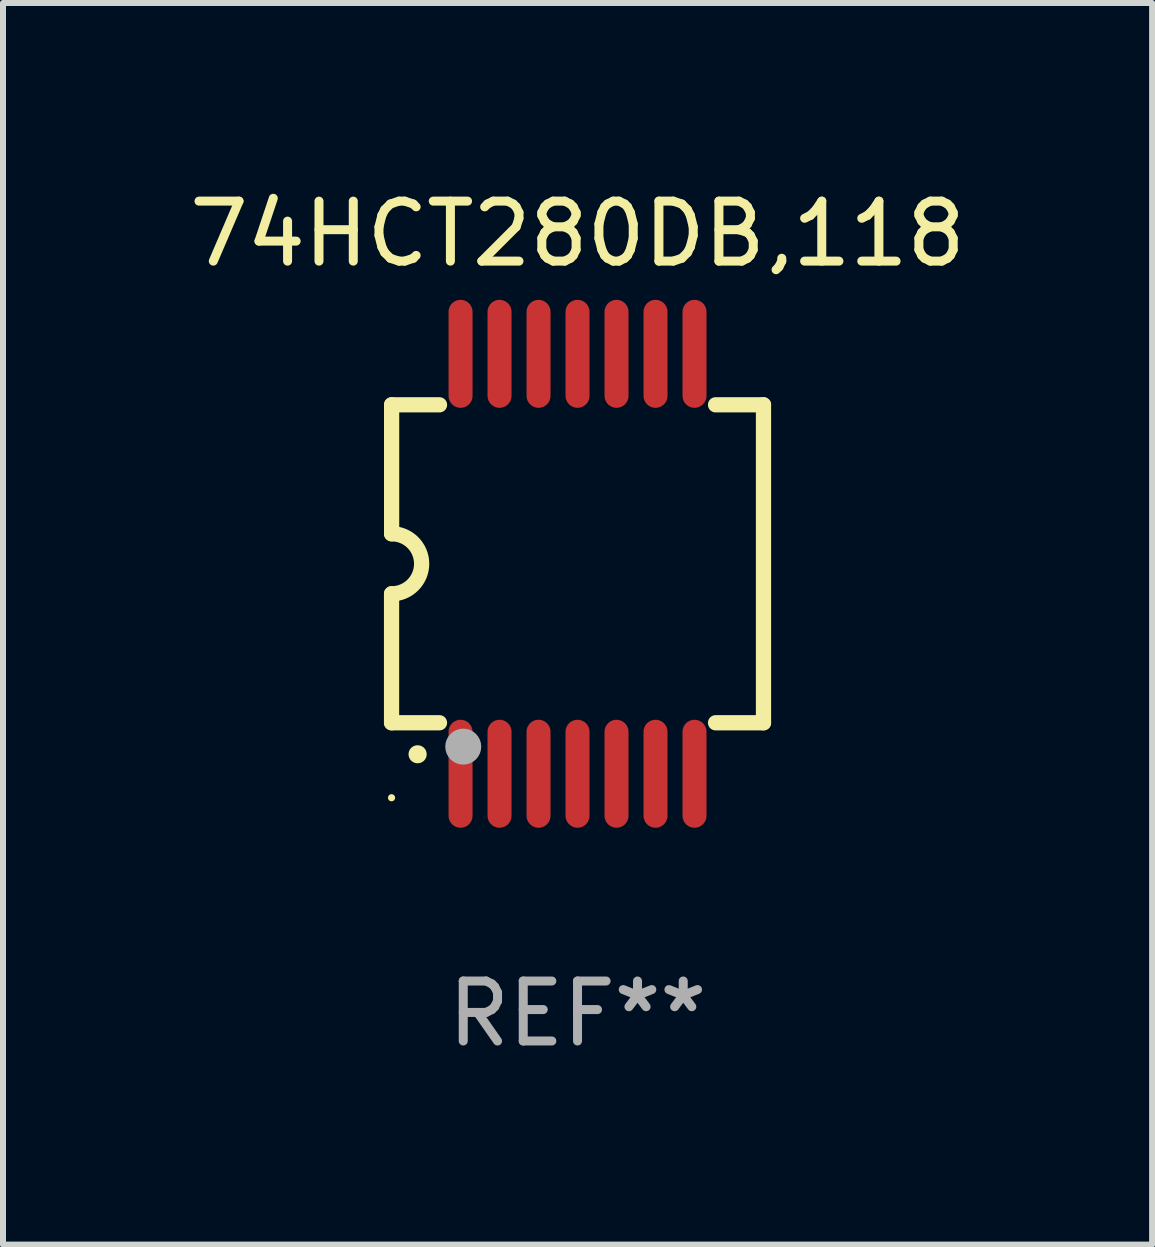
<source format=kicad_pcb>
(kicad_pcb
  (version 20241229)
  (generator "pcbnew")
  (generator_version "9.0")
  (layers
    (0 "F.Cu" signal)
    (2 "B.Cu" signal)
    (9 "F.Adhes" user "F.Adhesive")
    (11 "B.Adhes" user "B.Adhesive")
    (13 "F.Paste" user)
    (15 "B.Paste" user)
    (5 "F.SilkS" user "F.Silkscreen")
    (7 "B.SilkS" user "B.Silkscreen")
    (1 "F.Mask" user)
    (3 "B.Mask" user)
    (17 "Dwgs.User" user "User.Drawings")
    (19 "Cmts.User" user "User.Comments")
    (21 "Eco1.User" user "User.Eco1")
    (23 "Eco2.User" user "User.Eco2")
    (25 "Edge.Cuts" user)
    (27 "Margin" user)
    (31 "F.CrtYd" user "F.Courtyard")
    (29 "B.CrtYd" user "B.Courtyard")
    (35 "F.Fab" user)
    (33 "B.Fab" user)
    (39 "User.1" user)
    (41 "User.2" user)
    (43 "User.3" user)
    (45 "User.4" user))
  (footprint "74HCT280DB,118"
    (layer "F.Cu")
    (at 6.577 6.348)
    (property "Reference" "74HCT280DB,118" (at 0 -5.5 0) (layer "F.SilkS") (effects (font (size 1 1) (thickness 0.15))))
    (attr through_hole)
    (fp_line (start -3.1 2.65) (end -3.1 0.5) (stroke (width 0.254) (type solid)) (layer "F.SilkS"))
    (fp_line (start -3.099 -2.65) (end -2.301 -2.65) (stroke (width 0.254) (type solid)) (layer "F.SilkS"))
    (fp_line (start -3.099 -0.5) (end -3.099 -2.65) (stroke (width 0.254) (type solid)) (layer "F.SilkS"))
    (fp_line (start -2.301 2.65) (end -3.1 2.65) (stroke (width 0.254) (type solid)) (layer "F.SilkS"))
    (fp_line (start 2.301 -2.65) (end 3.1 -2.65) (stroke (width 0.254) (type solid)) (layer "F.SilkS"))
    (fp_line (start 3.1 -2.65) (end 3.1 2.65) (stroke (width 0.254) (type solid)) (layer "F.SilkS"))
    (fp_line (start 3.1 2.65) (end 2.301 2.65) (stroke (width 0.254) (type solid)) (layer "F.SilkS"))
    (fp_arc (start -3.098806 -0.500381) (mid -2.598806 0) (end -3.098806 0.500381) (stroke (width 0.254001) (type solid)) (layer "F.SilkS"))
    (fp_arc (start -2.667005 3.175006) (mid -2.665735 3.175001) (end -2.664465 3.175006) (stroke (width 0.3) (type solid)) (layer "F.SilkS"))
    (fp_circle (center -3.1 3.9) (end -3.07 3.9) (stroke (width 0.06) (type solid)) (fill no) (layer "F.SilkS"))
    (fp_circle (center -1.905 3.048) (end -1.755 3.048) (stroke (width 0.3) (type solid)) (fill no) (layer "F.Fab"))
    (fp_text user "REF**" (at 0 7.5 0) (layer "F.Fab") (effects (font (size 1 1) (thickness 0.15))))
    (pad "1" smd oval (at -1.95 3.5 270) (size 1.8 0.4) (layers "F.Cu" "F.Mask" "F.Paste"))
    (pad "2" smd oval (at -1.3 3.5 270) (size 1.8 0.4) (layers "F.Cu" "F.Mask" "F.Paste"))
    (pad "3" smd oval (at -0.65 3.5 270) (size 1.8 0.4) (layers "F.Cu" "F.Mask" "F.Paste"))
    (pad "4" smd oval (at 0 3.5 270) (size 1.8 0.4) (layers "F.Cu" "F.Mask" "F.Paste"))
    (pad "5" smd oval (at 0.65 3.5 270) (size 1.8 0.4) (layers "F.Cu" "F.Mask" "F.Paste"))
    (pad "6" smd oval (at 1.3 3.5 270) (size 1.8 0.4) (layers "F.Cu" "F.Mask" "F.Paste"))
    (pad "7" smd oval (at 1.95 3.5 270) (size 1.8 0.4) (layers "F.Cu" "F.Mask" "F.Paste"))
    (pad "8" smd oval (at 1.95 -3.5 90) (size 1.8 0.4) (layers "F.Cu" "F.Mask" "F.Paste"))
    (pad "9" smd oval (at 1.3 -3.5 90) (size 1.8 0.4) (layers "F.Cu" "F.Mask" "F.Paste"))
    (pad "10" smd oval (at 0.65 -3.5 90) (size 1.8 0.4) (layers "F.Cu" "F.Mask" "F.Paste"))
    (pad "11" smd oval (at 0 -3.5 90) (size 1.8 0.4) (layers "F.Cu" "F.Mask" "F.Paste"))
    (pad "12" smd oval (at -0.65 -3.5 90) (size 1.8 0.4) (layers "F.Cu" "F.Mask" "F.Paste"))
    (pad "13" smd oval (at -1.3 -3.5 90) (size 1.8 0.4) (layers "F.Cu" "F.Mask" "F.Paste"))
    (pad "14" smd oval (at -1.95 -3.5 90) (size 1.8 0.4) (layers "F.Cu" "F.Mask" "F.Paste")))
  (gr_rect
    (start -3 -3)
    (end 16.155 17.697)
    (stroke (width 0.1) (type default))
    (fill no)
    (layer "Edge.Cuts")))
</source>
